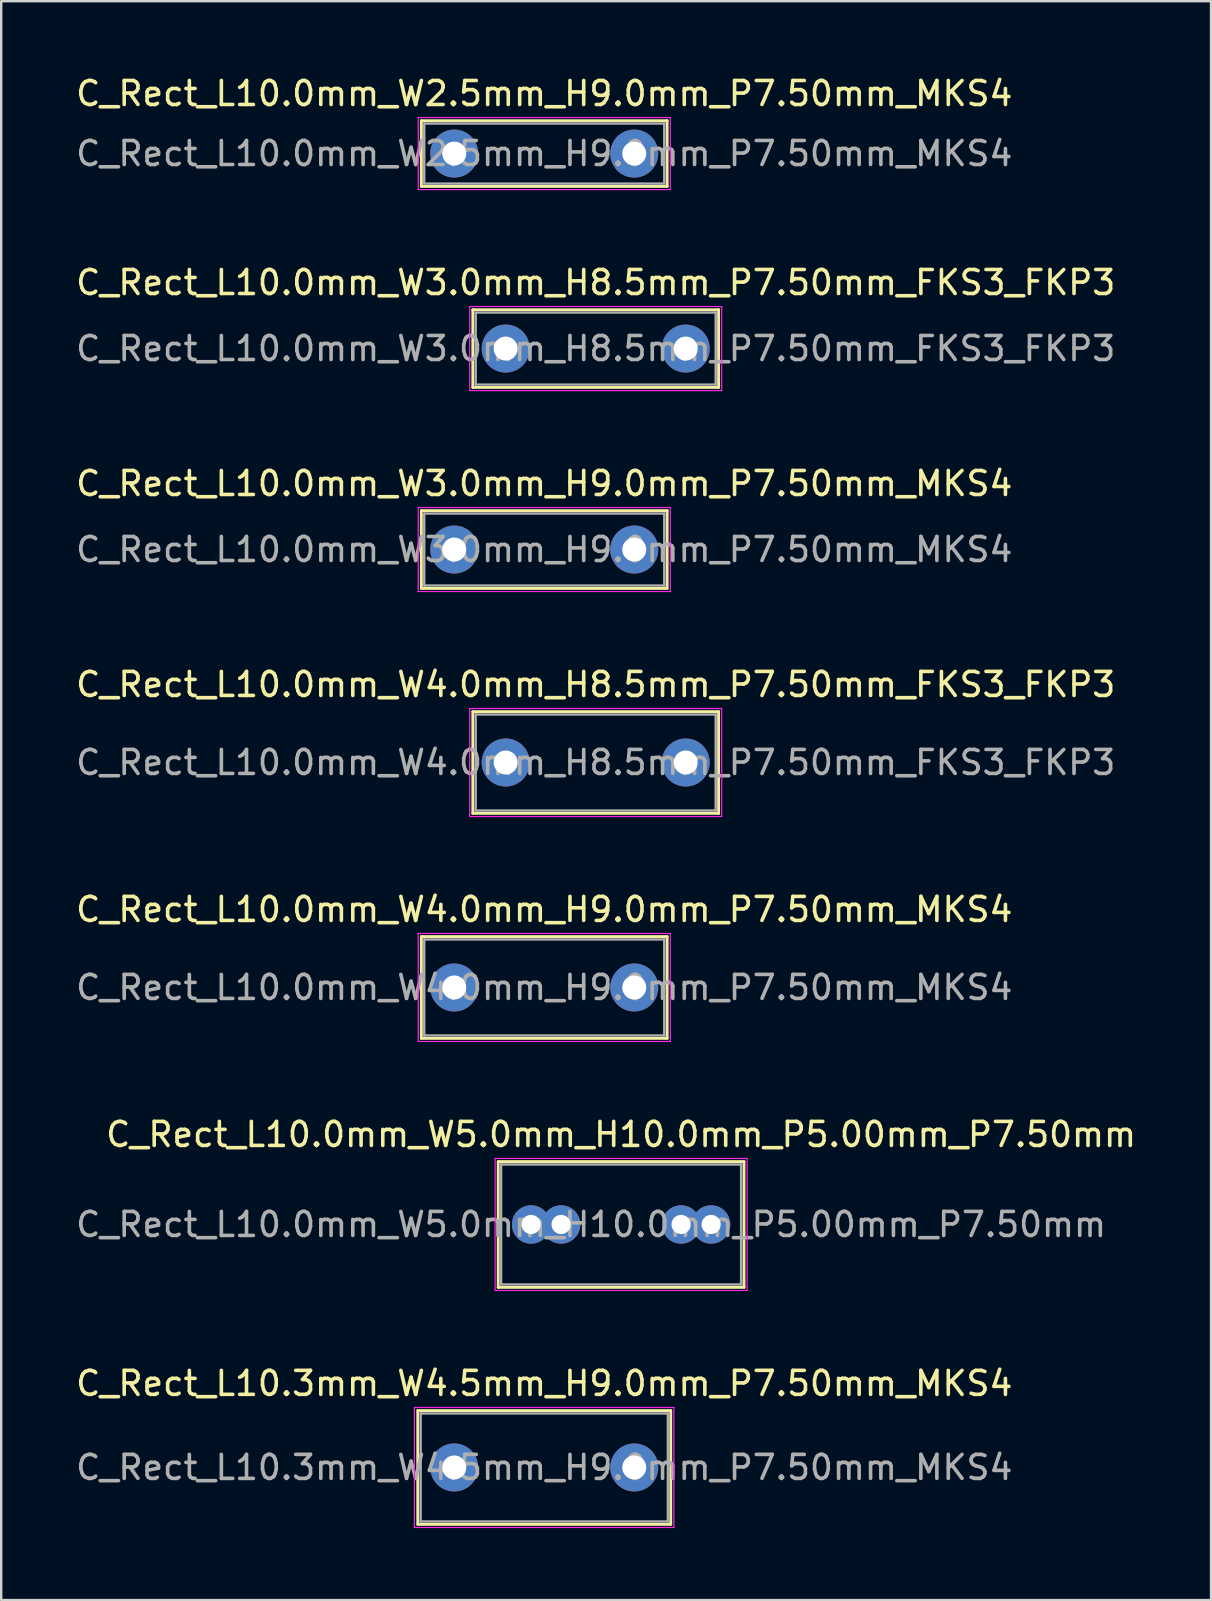
<source format=kicad_pcb>
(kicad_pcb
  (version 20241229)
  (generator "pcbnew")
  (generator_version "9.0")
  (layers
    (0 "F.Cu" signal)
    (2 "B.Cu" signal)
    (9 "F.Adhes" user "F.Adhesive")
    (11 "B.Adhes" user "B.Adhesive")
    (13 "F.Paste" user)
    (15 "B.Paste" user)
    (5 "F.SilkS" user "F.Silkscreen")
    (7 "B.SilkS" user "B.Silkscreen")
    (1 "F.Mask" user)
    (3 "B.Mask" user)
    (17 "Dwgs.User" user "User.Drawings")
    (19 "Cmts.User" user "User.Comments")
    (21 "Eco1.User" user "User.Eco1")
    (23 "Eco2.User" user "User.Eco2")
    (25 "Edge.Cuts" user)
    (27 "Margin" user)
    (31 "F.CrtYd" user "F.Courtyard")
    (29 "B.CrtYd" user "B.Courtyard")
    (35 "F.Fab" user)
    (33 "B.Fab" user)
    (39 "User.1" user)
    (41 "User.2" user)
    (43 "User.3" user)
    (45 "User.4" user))
  (footprint "C_Rect_L10.3mm_W4.5mm_H9.0mm_P7.50mm_MKS4"
    (layer "F.Cu")
    (at 15.875 58.088)
    (property "Reference" "C_Rect_L10.3mm_W4.5mm_H9.0mm_P7.50mm_MKS4" (at 3.75 -3.5 0) (layer "F.SilkS") (effects (font (size 1 1) (thickness 0.15))))
    (attr through_hole)
    (fp_line (start -1.52 -2.37) (end -1.52 2.37) (stroke (width 0.12) (type solid)) (layer "F.SilkS"))
    (fp_line (start -1.52 -2.37) (end 9.02 -2.37) (stroke (width 0.12) (type solid)) (layer "F.SilkS"))
    (fp_line (start -1.52 2.37) (end 9.02 2.37) (stroke (width 0.12) (type solid)) (layer "F.SilkS"))
    (fp_line (start 9.02 -2.37) (end 9.02 2.37) (stroke (width 0.12) (type solid)) (layer "F.SilkS"))
    (fp_line (start -1.66 -2.5) (end -1.66 2.5) (stroke (width 0.05) (type solid)) (layer "F.CrtYd"))
    (fp_line (start -1.66 2.5) (end 9.15 2.5) (stroke (width 0.05) (type solid)) (layer "F.CrtYd"))
    (fp_line (start 9.15 -2.5) (end -1.66 -2.5) (stroke (width 0.05) (type solid)) (layer "F.CrtYd"))
    (fp_line (start 9.15 2.5) (end 9.15 -2.5) (stroke (width 0.05) (type solid)) (layer "F.CrtYd"))
    (fp_line (start -1.4 -2.25) (end -1.4 2.25) (stroke (width 0.1) (type solid)) (layer "F.Fab"))
    (fp_line (start -1.4 2.25) (end 8.9 2.25) (stroke (width 0.1) (type solid)) (layer "F.Fab"))
    (fp_line (start 8.9 -2.25) (end -1.4 -2.25) (stroke (width 0.1) (type solid)) (layer "F.Fab"))
    (fp_line (start 8.9 2.25) (end 8.9 -2.25) (stroke (width 0.1) (type solid)) (layer "F.Fab"))
    (fp_text user "${REFERENCE}" (at 3.75 0 0) (layer "F.Fab") (effects (font (size 1 1) (thickness 0.15))))
    (pad "1" thru_hole circle (at 0 0) (size 2 2) (drill 1) (layers "*.Cu" "*.Mask"))
    (pad "2" thru_hole circle (at 7.5 0) (size 2 2) (drill 1) (layers "*.Cu" "*.Mask")))
  (footprint "C_Rect_L10.0mm_W2.5mm_H9.0mm_P7.50mm_MKS4"
    (layer "F.Cu")
    (at 15.875 3.348)
    (property "Reference" "C_Rect_L10.0mm_W2.5mm_H9.0mm_P7.50mm_MKS4" (at 3.75 -2.5 0) (layer "F.SilkS") (effects (font (size 1 1) (thickness 0.15))))
    (attr through_hole)
    (fp_line (start -1.37 -1.37) (end -1.37 1.37) (stroke (width 0.12) (type solid)) (layer "F.SilkS"))
    (fp_line (start -1.37 -1.37) (end 8.87 -1.37) (stroke (width 0.12) (type solid)) (layer "F.SilkS"))
    (fp_line (start -1.37 1.37) (end 8.87 1.37) (stroke (width 0.12) (type solid)) (layer "F.SilkS"))
    (fp_line (start 8.87 -1.37) (end 8.87 1.37) (stroke (width 0.12) (type solid)) (layer "F.SilkS"))
    (fp_line (start -1.5 -1.5) (end -1.5 1.5) (stroke (width 0.05) (type solid)) (layer "F.CrtYd"))
    (fp_line (start -1.5 1.5) (end 9 1.5) (stroke (width 0.05) (type solid)) (layer "F.CrtYd"))
    (fp_line (start 9 -1.5) (end -1.5 -1.5) (stroke (width 0.05) (type solid)) (layer "F.CrtYd"))
    (fp_line (start 9 1.5) (end 9 -1.5) (stroke (width 0.05) (type solid)) (layer "F.CrtYd"))
    (fp_line (start -1.25 -1.25) (end -1.25 1.25) (stroke (width 0.1) (type solid)) (layer "F.Fab"))
    (fp_line (start -1.25 1.25) (end 8.75 1.25) (stroke (width 0.1) (type solid)) (layer "F.Fab"))
    (fp_line (start 8.75 -1.25) (end -1.25 -1.25) (stroke (width 0.1) (type solid)) (layer "F.Fab"))
    (fp_line (start 8.75 1.25) (end 8.75 -1.25) (stroke (width 0.1) (type solid)) (layer "F.Fab"))
    (fp_text user "${REFERENCE}" (at 3.75 0 0) (layer "F.Fab") (effects (font (size 1 1) (thickness 0.15))))
    (pad "1" thru_hole circle (at 0 0) (size 2 2) (drill 1) (layers "*.Cu" "*.Mask"))
    (pad "2" thru_hole circle (at 7.5 0) (size 2 2) (drill 1) (layers "*.Cu" "*.Mask")))
  (footprint "C_Rect_L10.0mm_W4.0mm_H9.0mm_P7.50mm_MKS4"
    (layer "F.Cu")
    (at 15.875 38.091)
    (property "Reference" "C_Rect_L10.0mm_W4.0mm_H9.0mm_P7.50mm_MKS4" (at 3.75 -3.25 0) (layer "F.SilkS") (effects (font (size 1 1) (thickness 0.15))))
    (attr through_hole)
    (fp_line (start -1.37 -2.12) (end -1.37 2.12) (stroke (width 0.12) (type solid)) (layer "F.SilkS"))
    (fp_line (start -1.37 -2.12) (end 8.87 -2.12) (stroke (width 0.12) (type solid)) (layer "F.SilkS"))
    (fp_line (start -1.37 2.12) (end 8.87 2.12) (stroke (width 0.12) (type solid)) (layer "F.SilkS"))
    (fp_line (start 8.87 -2.12) (end 8.87 2.12) (stroke (width 0.12) (type solid)) (layer "F.SilkS"))
    (fp_line (start -1.5 -2.25) (end -1.5 2.25) (stroke (width 0.05) (type solid)) (layer "F.CrtYd"))
    (fp_line (start -1.5 2.25) (end 9 2.25) (stroke (width 0.05) (type solid)) (layer "F.CrtYd"))
    (fp_line (start 9 -2.25) (end -1.5 -2.25) (stroke (width 0.05) (type solid)) (layer "F.CrtYd"))
    (fp_line (start 9 2.25) (end 9 -2.25) (stroke (width 0.05) (type solid)) (layer "F.CrtYd"))
    (fp_line (start -1.25 -2) (end -1.25 2) (stroke (width 0.1) (type solid)) (layer "F.Fab"))
    (fp_line (start -1.25 2) (end 8.75 2) (stroke (width 0.1) (type solid)) (layer "F.Fab"))
    (fp_line (start 8.75 -2) (end -1.25 -2) (stroke (width 0.1) (type solid)) (layer "F.Fab"))
    (fp_line (start 8.75 2) (end 8.75 -2) (stroke (width 0.1) (type solid)) (layer "F.Fab"))
    (fp_text user "${REFERENCE}" (at 3.75 0 0) (layer "F.Fab") (effects (font (size 1 1) (thickness 0.15))))
    (pad "1" thru_hole circle (at 0 0) (size 2 2) (drill 1) (layers "*.Cu" "*.Mask"))
    (pad "2" thru_hole circle (at 7.5 0) (size 2 2) (drill 1) (layers "*.Cu" "*.Mask")))
  (footprint "C_Rect_L10.0mm_W3.0mm_H9.0mm_P7.50mm_MKS4"
    (layer "F.Cu")
    (at 15.875 19.845)
    (property "Reference" "C_Rect_L10.0mm_W3.0mm_H9.0mm_P7.50mm_MKS4" (at 3.75 -2.75 0) (layer "F.SilkS") (effects (font (size 1 1) (thickness 0.15))))
    (attr through_hole)
    (fp_line (start -1.37 -1.62) (end -1.37 1.62) (stroke (width 0.12) (type solid)) (layer "F.SilkS"))
    (fp_line (start -1.37 -1.62) (end 8.87 -1.62) (stroke (width 0.12) (type solid)) (layer "F.SilkS"))
    (fp_line (start -1.37 1.62) (end 8.87 1.62) (stroke (width 0.12) (type solid)) (layer "F.SilkS"))
    (fp_line (start 8.87 -1.62) (end 8.87 1.62) (stroke (width 0.12) (type solid)) (layer "F.SilkS"))
    (fp_line (start -1.5 -1.75) (end -1.5 1.75) (stroke (width 0.05) (type solid)) (layer "F.CrtYd"))
    (fp_line (start -1.5 1.75) (end 9 1.75) (stroke (width 0.05) (type solid)) (layer "F.CrtYd"))
    (fp_line (start 9 -1.75) (end -1.5 -1.75) (stroke (width 0.05) (type solid)) (layer "F.CrtYd"))
    (fp_line (start 9 1.75) (end 9 -1.75) (stroke (width 0.05) (type solid)) (layer "F.CrtYd"))
    (fp_line (start -1.25 -1.5) (end -1.25 1.5) (stroke (width 0.1) (type solid)) (layer "F.Fab"))
    (fp_line (start -1.25 1.5) (end 8.75 1.5) (stroke (width 0.1) (type solid)) (layer "F.Fab"))
    (fp_line (start 8.75 -1.5) (end -1.25 -1.5) (stroke (width 0.1) (type solid)) (layer "F.Fab"))
    (fp_line (start 8.75 1.5) (end 8.75 -1.5) (stroke (width 0.1) (type solid)) (layer "F.Fab"))
    (fp_text user "${REFERENCE}" (at 3.75 0 0) (layer "F.Fab") (effects (font (size 1 1) (thickness 0.15))))
    (pad "1" thru_hole circle (at 0 0) (size 2 2) (drill 1) (layers "*.Cu" "*.Mask"))
    (pad "2" thru_hole circle (at 7.5 0) (size 2 2) (drill 1) (layers "*.Cu" "*.Mask")))
  (footprint "C_Rect_L10.0mm_W3.0mm_H8.5mm_P7.50mm_FKS3_FKP3"
    (layer "F.Cu")
    (at 18.018 11.472)
    (property "Reference" "C_Rect_L10.0mm_W3.0mm_H8.5mm_P7.50mm_FKS3_FKP3" (at 3.75 -2.75 0) (layer "F.SilkS") (effects (font (size 1 1) (thickness 0.15))))
    (attr through_hole)
    (fp_line (start -1.37 -1.62) (end -1.37 1.62) (stroke (width 0.12) (type solid)) (layer "F.SilkS"))
    (fp_line (start -1.37 -1.62) (end 8.87 -1.62) (stroke (width 0.12) (type solid)) (layer "F.SilkS"))
    (fp_line (start -1.37 1.62) (end 8.87 1.62) (stroke (width 0.12) (type solid)) (layer "F.SilkS"))
    (fp_line (start 8.87 -1.62) (end 8.87 1.62) (stroke (width 0.12) (type solid)) (layer "F.SilkS"))
    (fp_line (start -1.5 -1.75) (end -1.5 1.75) (stroke (width 0.05) (type solid)) (layer "F.CrtYd"))
    (fp_line (start -1.5 1.75) (end 9 1.75) (stroke (width 0.05) (type solid)) (layer "F.CrtYd"))
    (fp_line (start 9 -1.75) (end -1.5 -1.75) (stroke (width 0.05) (type solid)) (layer "F.CrtYd"))
    (fp_line (start 9 1.75) (end 9 -1.75) (stroke (width 0.05) (type solid)) (layer "F.CrtYd"))
    (fp_line (start -1.25 -1.5) (end -1.25 1.5) (stroke (width 0.1) (type solid)) (layer "F.Fab"))
    (fp_line (start -1.25 1.5) (end 8.75 1.5) (stroke (width 0.1) (type solid)) (layer "F.Fab"))
    (fp_line (start 8.75 -1.5) (end -1.25 -1.5) (stroke (width 0.1) (type solid)) (layer "F.Fab"))
    (fp_line (start 8.75 1.5) (end 8.75 -1.5) (stroke (width 0.1) (type solid)) (layer "F.Fab"))
    (fp_text user "${REFERENCE}" (at 3.75 0 0) (layer "F.Fab") (effects (font (size 1 1) (thickness 0.15))))
    (pad "1" thru_hole circle (at 0 0) (size 2 2) (drill 1) (layers "*.Cu" "*.Mask"))
    (pad "2" thru_hole circle (at 7.5 0) (size 2 2) (drill 1) (layers "*.Cu" "*.Mask")))
  (footprint "C_Rect_L10.0mm_W5.0mm_H10.0mm_P5.00mm_P7.50mm"
    (layer "F.Cu")
    (at 19.077 47.965)
    (property "Reference" "C_Rect_L10.0mm_W5.0mm_H10.0mm_P5.00mm_P7.50mm" (at 3.75 -3.75 0) (layer "F.SilkS") (effects (font (size 1 1) (thickness 0.15))))
    (attr through_hole)
    (fp_line (start -1.37 -2.62) (end -1.37 2.62) (stroke (width 0.12) (type solid)) (layer "F.SilkS"))
    (fp_line (start -1.37 -2.62) (end 8.87 -2.62) (stroke (width 0.12) (type solid)) (layer "F.SilkS"))
    (fp_line (start -1.37 2.62) (end 8.87 2.62) (stroke (width 0.12) (type solid)) (layer "F.SilkS"))
    (fp_line (start 8.87 -2.62) (end 8.87 2.62) (stroke (width 0.12) (type solid)) (layer "F.SilkS"))
    (fp_line (start -1.5 -2.75) (end -1.5 2.75) (stroke (width 0.05) (type solid)) (layer "F.CrtYd"))
    (fp_line (start -1.5 2.75) (end 9 2.75) (stroke (width 0.05) (type solid)) (layer "F.CrtYd"))
    (fp_line (start 9 -2.75) (end -1.5 -2.75) (stroke (width 0.05) (type solid)) (layer "F.CrtYd"))
    (fp_line (start 9 2.75) (end 9 -2.75) (stroke (width 0.05) (type solid)) (layer "F.CrtYd"))
    (fp_line (start -1.25 -2.5) (end -1.25 2.5) (stroke (width 0.1) (type solid)) (layer "F.Fab"))
    (fp_line (start -1.25 2.5) (end 8.75 2.5) (stroke (width 0.1) (type solid)) (layer "F.Fab"))
    (fp_line (start 8.75 -2.5) (end -1.25 -2.5) (stroke (width 0.1) (type solid)) (layer "F.Fab"))
    (fp_line (start 8.75 2.5) (end 8.75 -2.5) (stroke (width 0.1) (type solid)) (layer "F.Fab"))
    (fp_text user "${REFERENCE}" (at 2.5 0 0) (layer "F.Fab") (effects (font (size 1 1) (thickness 0.15))))
    (pad "1" thru_hole circle (at 0 0) (size 1.6 1.6) (drill 0.8) (layers "*.Cu" "*.Mask"))
    (pad "1" thru_hole circle (at 1.25 0) (size 1.6 1.6) (drill 0.8) (layers "*.Cu" "*.Mask"))
    (pad "2" thru_hole circle (at 6.25 0) (size 1.6 1.6) (drill 0.8) (layers "*.Cu" "*.Mask"))
    (pad "2" thru_hole circle (at 7.5 0) (size 1.6 1.6) (drill 0.8) (layers "*.Cu" "*.Mask")))
  (footprint "C_Rect_L10.0mm_W4.0mm_H8.5mm_P7.50mm_FKS3_FKP3"
    (layer "F.Cu")
    (at 18.018 28.718)
    (property "Reference" "C_Rect_L10.0mm_W4.0mm_H8.5mm_P7.50mm_FKS3_FKP3" (at 3.75 -3.25 0) (layer "F.SilkS") (effects (font (size 1 1) (thickness 0.15))))
    (attr through_hole)
    (fp_line (start -1.37 -2.12) (end -1.37 2.12) (stroke (width 0.12) (type solid)) (layer "F.SilkS"))
    (fp_line (start -1.37 -2.12) (end 8.87 -2.12) (stroke (width 0.12) (type solid)) (layer "F.SilkS"))
    (fp_line (start -1.37 2.12) (end 8.87 2.12) (stroke (width 0.12) (type solid)) (layer "F.SilkS"))
    (fp_line (start 8.87 -2.12) (end 8.87 2.12) (stroke (width 0.12) (type solid)) (layer "F.SilkS"))
    (fp_line (start -1.5 -2.25) (end -1.5 2.25) (stroke (width 0.05) (type solid)) (layer "F.CrtYd"))
    (fp_line (start -1.5 2.25) (end 9 2.25) (stroke (width 0.05) (type solid)) (layer "F.CrtYd"))
    (fp_line (start 9 -2.25) (end -1.5 -2.25) (stroke (width 0.05) (type solid)) (layer "F.CrtYd"))
    (fp_line (start 9 2.25) (end 9 -2.25) (stroke (width 0.05) (type solid)) (layer "F.CrtYd"))
    (fp_line (start -1.25 -2) (end -1.25 2) (stroke (width 0.1) (type solid)) (layer "F.Fab"))
    (fp_line (start -1.25 2) (end 8.75 2) (stroke (width 0.1) (type solid)) (layer "F.Fab"))
    (fp_line (start 8.75 -2) (end -1.25 -2) (stroke (width 0.1) (type solid)) (layer "F.Fab"))
    (fp_line (start 8.75 2) (end 8.75 -2) (stroke (width 0.1) (type solid)) (layer "F.Fab"))
    (fp_text user "${REFERENCE}" (at 3.75 0 0) (layer "F.Fab") (effects (font (size 1 1) (thickness 0.15))))
    (pad "1" thru_hole circle (at 0 0) (size 2 2) (drill 1) (layers "*.Cu" "*.Mask"))
    (pad "2" thru_hole circle (at 7.5 0) (size 2 2) (drill 1) (layers "*.Cu" "*.Mask")))
  (gr_rect
    (start -3 -3)
    (end 47.405 63.613)
    (stroke (width 0.1) (type default))
    (fill no)
    (layer "Edge.Cuts")))
</source>
